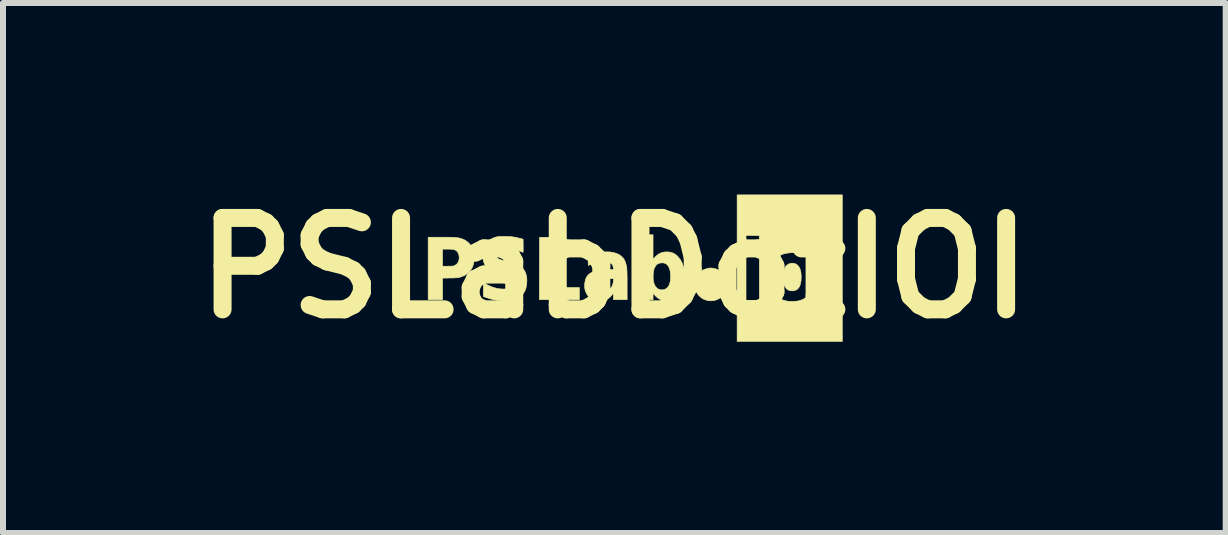
<source format=kicad_pcb>
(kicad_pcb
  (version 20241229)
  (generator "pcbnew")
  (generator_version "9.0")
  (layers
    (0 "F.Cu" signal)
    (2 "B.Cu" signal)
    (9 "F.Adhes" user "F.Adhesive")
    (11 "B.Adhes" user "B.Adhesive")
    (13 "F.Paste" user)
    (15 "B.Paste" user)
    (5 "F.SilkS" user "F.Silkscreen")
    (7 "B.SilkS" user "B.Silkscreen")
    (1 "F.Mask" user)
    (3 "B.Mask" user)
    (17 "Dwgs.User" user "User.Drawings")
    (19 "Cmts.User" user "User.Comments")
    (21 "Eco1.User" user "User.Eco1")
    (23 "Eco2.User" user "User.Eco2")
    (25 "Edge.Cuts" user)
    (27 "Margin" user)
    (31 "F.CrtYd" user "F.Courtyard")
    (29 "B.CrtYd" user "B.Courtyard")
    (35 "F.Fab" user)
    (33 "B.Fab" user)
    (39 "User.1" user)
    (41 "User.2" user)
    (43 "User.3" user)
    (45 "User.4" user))
  (footprint "PSLabDotIOI"
    (layer "F.Cu")
    (at 7.192 1.418)
    (property "Reference" "PSLabDotIOI" (at 0 0 0) (layer "F.SilkS") (effects (font (size 1.524 1.524) (thickness 0.3))))
    (attr through_hole)
    (fp_poly (pts (xy -1.006 0.325) (xy -0.584 0.325) (xy -0.584 0.528) (xy -1.25 0.528) (xy -1.247 -0.511) (xy -1.006 -0.513) (xy -1.006 0.325)) (stroke (width 0.01) (type solid)) (fill yes) (layer "F.SilkS"))
    (fp_poly (pts (xy 2.997 -0.077) (xy 3.029 -0.065) (xy 3.057 -0.044) (xy 3.061 -0.04) (xy 3.082 -0.012) (xy 3.098 0.023) (xy 3.109 0.065) (xy 3.114 0.114) (xy 3.115 0.15) (xy 3.113 0.208) (xy 3.104 0.258) (xy 3.091 0.3) (xy 3.071 0.333) (xy 3.046 0.357) (xy 3.016 0.373) (xy 2.98 0.38) (xy 2.964 0.381) (xy 2.93 0.378) (xy 2.908 0.371) (xy 2.878 0.353) (xy 2.854 0.326) (xy 2.836 0.292) (xy 2.823 0.25) (xy 2.816 0.199) (xy 2.814 0.152) (xy 2.816 0.1) (xy 2.822 0.056) (xy 2.832 0.02) (xy 2.847 -0.011) (xy 2.866 -0.037) (xy 2.87 -0.041) (xy 2.899 -0.063) (xy 2.93 -0.076) (xy 2.964 -0.081) (xy 2.997 -0.077)) (stroke (width 0.01) (type solid)) (fill yes) (layer "F.SilkS"))
    (fp_poly (pts (xy 1.658 0.005) (xy 1.707 0.02) (xy 1.753 0.043) (xy 1.794 0.074) (xy 1.829 0.113) (xy 1.84 0.129) (xy 1.862 0.173) (xy 1.876 0.22) (xy 1.882 0.269) (xy 1.878 0.319) (xy 1.866 0.367) (xy 1.845 0.411) (xy 1.84 0.419) (xy 1.807 0.461) (xy 1.769 0.495) (xy 1.726 0.521) (xy 1.679 0.538) (xy 1.63 0.547) (xy 1.579 0.546) (xy 1.54 0.538) (xy 1.492 0.521) (xy 1.449 0.495) (xy 1.411 0.462) (xy 1.381 0.423) (xy 1.357 0.379) (xy 1.342 0.331) (xy 1.336 0.281) (xy 1.336 0.274) (xy 1.341 0.225) (xy 1.355 0.176) (xy 1.377 0.131) (xy 1.407 0.091) (xy 1.444 0.057) (xy 1.474 0.036) (xy 1.501 0.024) (xy 1.534 0.013) (xy 1.567 0.005) (xy 1.598 0.000391) (xy 1.607 0.000088) (xy 1.658 0.005)) (stroke (width 0.01) (type solid)) (fill yes) (layer "F.SilkS"))
    (fp_poly (pts (xy -2.83 -0.513) (xy -2.777 -0.513) (xy -2.733 -0.512) (xy -2.695 -0.511) (xy -2.663 -0.509) (xy -2.637 -0.507) (xy -2.614 -0.504) (xy -2.593 -0.501) (xy -2.575 -0.497) (xy -2.558 -0.492) (xy -2.505 -0.472) (xy -2.458 -0.443) (xy -2.418 -0.407) (xy -2.386 -0.365) (xy -2.361 -0.316) (xy -2.349 -0.279) (xy -2.344 -0.254) (xy -2.341 -0.222) (xy -2.339 -0.186) (xy -2.339 -0.148) (xy -2.341 -0.113) (xy -2.345 -0.083) (xy -2.348 -0.066) (xy -2.363 -0.021) (xy -2.383 0.017) (xy -2.41 0.052) (xy -2.428 0.071) (xy -2.461 0.1) (xy -2.495 0.123) (xy -2.534 0.14) (xy -2.575 0.153) (xy -2.589 0.157) (xy -2.604 0.16) (xy -2.621 0.162) (xy -2.642 0.163) (xy -2.669 0.165) (xy -2.703 0.166) (xy -2.739 0.166) (xy -2.865 0.169) (xy -2.865 0.528) (xy -3.104 0.528) (xy -3.104 -0.315) (xy -2.865 -0.315) (xy -2.865 -0.03) (xy -2.775 -0.03) (xy -2.742 -0.031) (xy -2.718 -0.031) (xy -2.7 -0.032) (xy -2.687 -0.033) (xy -2.677 -0.035) (xy -2.668 -0.039) (xy -2.658 -0.044) (xy -2.657 -0.044) (xy -2.627 -0.065) (xy -2.606 -0.091) (xy -2.592 -0.124) (xy -2.591 -0.131) (xy -2.586 -0.168) (xy -2.589 -0.205) (xy -2.599 -0.239) (xy -2.614 -0.267) (xy -2.631 -0.285) (xy -2.645 -0.295) (xy -2.661 -0.303) (xy -2.68 -0.309) (xy -2.704 -0.312) (xy -2.735 -0.314) (xy -2.773 -0.315) (xy -2.782 -0.315) (xy -2.865 -0.315) (xy -3.104 -0.315) (xy -3.104 -0.513) (xy -2.892 -0.513) (xy -2.83 -0.513)) (stroke (width 0.01) (type solid)) (fill yes) (layer "F.SilkS"))
    (fp_poly (pts (xy 3.8 1.224) (xy 2.047 1.224) (xy 2.047 -0.239) (xy 2.195 -0.239) (xy 2.195 0.538) (xy 2.418 0.538) (xy 2.418 0.14) (xy 2.582 0.14) (xy 2.583 0.197) (xy 2.585 0.219) (xy 2.597 0.284) (xy 2.617 0.344) (xy 2.643 0.397) (xy 2.677 0.443) (xy 2.717 0.481) (xy 2.764 0.513) (xy 2.817 0.536) (xy 2.874 0.551) (xy 2.906 0.555) (xy 2.944 0.557) (xy 2.985 0.557) (xy 3.025 0.554) (xy 3.061 0.55) (xy 3.088 0.544) (xy 3.135 0.527) (xy 3.176 0.506) (xy 3.213 0.479) (xy 3.239 0.455) (xy 3.274 0.415) (xy 3.302 0.37) (xy 3.322 0.321) (xy 3.336 0.266) (xy 3.345 0.204) (xy 3.346 0.18) (xy 3.346 0.108) (xy 3.337 0.041) (xy 3.321 -0.021) (xy 3.297 -0.077) (xy 3.265 -0.127) (xy 3.248 -0.147) (xy 3.227 -0.167) (xy 3.201 -0.188) (xy 3.172 -0.207) (xy 3.145 -0.222) (xy 3.137 -0.226) (xy 3.088 -0.242) (xy 3.033 -0.252) (xy 2.976 -0.256) (xy 2.918 -0.253) (xy 2.863 -0.245) (xy 2.811 -0.232) (xy 2.774 -0.216) (xy 2.727 -0.187) (xy 2.686 -0.15) (xy 2.65 -0.106) (xy 2.625 -0.064) (xy 2.608 -0.021) (xy 2.595 0.029) (xy 2.586 0.083) (xy 2.582 0.14) (xy 2.418 0.14) (xy 2.418 -0.239) (xy 2.195 -0.239) (xy 2.047 -0.239) (xy 2.047 -0.34) (xy 2.195 -0.34) (xy 2.418 -0.34) (xy 2.416 -0.541) (xy 2.305 -0.542) (xy 2.195 -0.544) (xy 2.195 -0.34) (xy 2.047 -0.34) (xy 2.047 -1.219) (xy 3.8 -1.219) (xy 3.8 1.224)) (stroke (width 0.01) (type solid)) (fill yes) (layer "F.SilkS"))
    (fp_poly (pts (xy 0.645 -0.141) (xy 0.656 -0.156) (xy 0.693 -0.197) (xy 0.733 -0.229) (xy 0.777 -0.252) (xy 0.825 -0.265) (xy 0.874 -0.269) (xy 0.924 -0.265) (xy 0.969 -0.253) (xy 1.011 -0.232) (xy 1.048 -0.202) (xy 1.083 -0.162) (xy 1.101 -0.138) (xy 1.126 -0.092) (xy 1.146 -0.038) (xy 1.161 0.021) (xy 1.169 0.084) (xy 1.171 0.148) (xy 1.167 0.213) (xy 1.157 0.277) (xy 1.153 0.293) (xy 1.136 0.346) (xy 1.112 0.396) (xy 1.082 0.44) (xy 1.048 0.478) (xy 1.009 0.508) (xy 0.968 0.53) (xy 0.925 0.543) (xy 0.876 0.548) (xy 0.827 0.544) (xy 0.811 0.541) (xy 0.77 0.527) (xy 0.731 0.505) (xy 0.694 0.474) (xy 0.664 0.442) (xy 0.645 0.42) (xy 0.645 0.528) (xy 0.422 0.528) (xy 0.422 0.117) (xy 0.647 0.117) (xy 0.647 0.175) (xy 0.653 0.226) (xy 0.666 0.27) (xy 0.684 0.306) (xy 0.707 0.332) (xy 0.736 0.353) (xy 0.768 0.363) (xy 0.803 0.365) (xy 0.832 0.36) (xy 0.855 0.35) (xy 0.878 0.332) (xy 0.899 0.309) (xy 0.915 0.283) (xy 0.918 0.274) (xy 0.93 0.233) (xy 0.937 0.187) (xy 0.939 0.139) (xy 0.936 0.09) (xy 0.929 0.045) (xy 0.918 0.005) (xy 0.913 -0.006) (xy 0.894 -0.039) (xy 0.872 -0.063) (xy 0.846 -0.078) (xy 0.814 -0.086) (xy 0.798 -0.086) (xy 0.761 -0.083) (xy 0.731 -0.074) (xy 0.706 -0.057) (xy 0.686 -0.032) (xy 0.679 -0.02) (xy 0.666 0.005) (xy 0.658 0.032) (xy 0.652 0.062) (xy 0.648 0.098) (xy 0.647 0.117) (xy 0.422 0.117) (xy 0.422 -0.554) (xy 0.645 -0.554) (xy 0.645 -0.141)) (stroke (width 0.01) (type solid)) (fill yes) (layer "F.SilkS"))
    (fp_poly (pts (xy -0.114 -0.269) (xy -0.064 -0.266) (xy -0.021 -0.259) (xy -0.02 -0.259) (xy 0.032 -0.244) (xy 0.079 -0.223) (xy 0.118 -0.195) (xy 0.15 -0.162) (xy 0.164 -0.141) (xy 0.179 -0.11) (xy 0.192 -0.072) (xy 0.202 -0.031) (xy 0.208 0.003) (xy 0.209 0.018) (xy 0.21 0.043) (xy 0.211 0.076) (xy 0.212 0.116) (xy 0.213 0.162) (xy 0.213 0.213) (xy 0.213 0.267) (xy 0.213 0.288) (xy 0.213 0.528) (xy -0.015 0.528) (xy -0.016 0.474) (xy -0.018 0.42) (xy -0.04 0.449) (xy -0.069 0.481) (xy -0.103 0.508) (xy -0.14 0.528) (xy -0.157 0.534) (xy -0.191 0.542) (xy -0.229 0.546) (xy -0.268 0.547) (xy -0.303 0.543) (xy -0.314 0.541) (xy -0.358 0.526) (xy -0.398 0.502) (xy -0.432 0.471) (xy -0.46 0.434) (xy -0.481 0.39) (xy -0.488 0.366) (xy -0.494 0.329) (xy -0.495 0.294) (xy -0.268 0.294) (xy -0.261 0.322) (xy -0.248 0.346) (xy -0.228 0.365) (xy -0.208 0.374) (xy -0.181 0.379) (xy -0.152 0.38) (xy -0.126 0.376) (xy -0.1 0.365) (xy -0.074 0.347) (xy -0.053 0.325) (xy -0.051 0.323) (xy -0.036 0.298) (xy -0.025 0.267) (xy -0.017 0.234) (xy -0.015 0.208) (xy -0.015 0.178) (xy -0.091 0.178) (xy -0.137 0.179) (xy -0.174 0.182) (xy -0.203 0.189) (xy -0.226 0.198) (xy -0.243 0.211) (xy -0.256 0.228) (xy -0.26 0.236) (xy -0.268 0.265) (xy -0.268 0.294) (xy -0.495 0.294) (xy -0.495 0.287) (xy -0.492 0.244) (xy -0.484 0.203) (xy -0.472 0.168) (xy -0.467 0.158) (xy -0.445 0.125) (xy -0.414 0.096) (xy -0.376 0.072) (xy -0.331 0.053) (xy -0.307 0.046) (xy -0.279 0.04) (xy -0.242 0.035) (xy -0.2 0.031) (xy -0.155 0.028) (xy -0.108 0.026) (xy -0.075 0.025) (xy -0.015 0.025) (xy -0.015 0.004) (xy -0.019 -0.019) (xy -0.027 -0.042) (xy -0.038 -0.061) (xy -0.044 -0.067) (xy -0.054 -0.074) (xy -0.069 -0.083) (xy -0.079 -0.087) (xy -0.089 -0.092) (xy -0.099 -0.095) (xy -0.11 -0.097) (xy -0.125 -0.098) (xy -0.146 -0.099) (xy -0.174 -0.099) (xy -0.193 -0.099) (xy -0.238 -0.098) (xy -0.276 -0.096) (xy -0.309 -0.091) (xy -0.34 -0.082) (xy -0.373 -0.07) (xy -0.409 -0.054) (xy -0.433 -0.042) (xy -0.434 -0.046) (xy -0.435 -0.059) (xy -0.436 -0.079) (xy -0.436 -0.104) (xy -0.436 -0.134) (xy -0.436 -0.135) (xy -0.434 -0.231) (xy -0.391 -0.242) (xy -0.34 -0.253) (xy -0.285 -0.261) (xy -0.227 -0.266) (xy -0.169 -0.269) (xy -0.114 -0.269)) (stroke (width 0.01) (type solid)) (fill yes) (layer "F.SilkS"))
    (fp_poly (pts (xy -1.78 -0.525) (xy -1.735 -0.523) (xy -1.695 -0.519) (xy -1.655 -0.513) (xy -1.613 -0.504) (xy -1.566 -0.492) (xy -1.565 -0.492) (xy -1.521 -0.48) (xy -1.52 -0.369) (xy -1.52 -0.331) (xy -1.52 -0.303) (xy -1.52 -0.283) (xy -1.521 -0.27) (xy -1.523 -0.263) (xy -1.525 -0.261) (xy -1.525 -0.261) (xy -1.533 -0.264) (xy -1.547 -0.27) (xy -1.565 -0.278) (xy -1.573 -0.281) (xy -1.635 -0.304) (xy -1.696 -0.321) (xy -1.756 -0.331) (xy -1.812 -0.335) (xy -1.863 -0.331) (xy -1.872 -0.33) (xy -1.909 -0.32) (xy -1.937 -0.306) (xy -1.956 -0.287) (xy -1.969 -0.263) (xy -1.974 -0.239) (xy -1.975 -0.219) (xy -1.972 -0.204) (xy -1.965 -0.188) (xy -1.957 -0.175) (xy -1.947 -0.164) (xy -1.933 -0.154) (xy -1.916 -0.145) (xy -1.892 -0.136) (xy -1.861 -0.128) (xy -1.823 -0.118) (xy -1.793 -0.111) (xy -1.749 -0.101) (xy -1.713 -0.092) (xy -1.683 -0.084) (xy -1.658 -0.075) (xy -1.634 -0.065) (xy -1.612 -0.055) (xy -1.566 -0.029) (xy -1.529 0.004) (xy -1.499 0.042) (xy -1.478 0.086) (xy -1.464 0.136) (xy -1.458 0.193) (xy -1.458 0.21) (xy -1.462 0.274) (xy -1.473 0.332) (xy -1.492 0.383) (xy -1.519 0.427) (xy -1.553 0.465) (xy -1.595 0.495) (xy -1.644 0.519) (xy -1.7 0.536) (xy -1.763 0.545) (xy -1.834 0.548) (xy -1.836 0.548) (xy -1.859 0.547) (xy -1.879 0.547) (xy -1.894 0.546) (xy -1.897 0.545) (xy -1.947 0.539) (xy -1.989 0.532) (xy -2.027 0.524) (xy -2.064 0.515) (xy -2.103 0.503) (xy -2.13 0.494) (xy -2.184 0.475) (xy -2.184 0.362) (xy -2.184 0.329) (xy -2.184 0.3) (xy -2.183 0.277) (xy -2.182 0.26) (xy -2.181 0.251) (xy -2.181 0.25) (xy -2.124 0.278) (xy -2.074 0.301) (xy -2.03 0.319) (xy -1.989 0.332) (xy -1.951 0.342) (xy -1.914 0.347) (xy -1.876 0.35) (xy -1.855 0.351) (xy -1.812 0.349) (xy -1.777 0.343) (xy -1.749 0.332) (xy -1.733 0.323) (xy -1.712 0.303) (xy -1.699 0.278) (xy -1.692 0.25) (xy -1.693 0.221) (xy -1.701 0.193) (xy -1.716 0.171) (xy -1.728 0.161) (xy -1.744 0.151) (xy -1.765 0.141) (xy -1.793 0.131) (xy -1.829 0.121) (xy -1.873 0.109) (xy -1.874 0.109) (xy -1.907 0.1) (xy -1.939 0.091) (xy -1.969 0.082) (xy -1.994 0.074) (xy -2.006 0.07) (xy -2.058 0.045) (xy -2.101 0.015) (xy -2.136 -0.02) (xy -2.162 -0.06) (xy -2.181 -0.107) (xy -2.191 -0.159) (xy -2.194 -0.218) (xy -2.193 -0.236) (xy -2.186 -0.295) (xy -2.17 -0.348) (xy -2.147 -0.394) (xy -2.117 -0.434) (xy -2.078 -0.467) (xy -2.04 -0.49) (xy -2.016 -0.501) (xy -1.994 -0.51) (xy -1.973 -0.516) (xy -1.95 -0.521) (xy -1.924 -0.524) (xy -1.892 -0.525) (xy -1.853 -0.526) (xy -1.831 -0.526) (xy -1.78 -0.525)) (stroke (width 0.01) (type solid)) (fill yes) (layer "F.SilkS")))
  (gr_rect
    (start -3 -3)
    (end 17.384 5.836)
    (stroke (width 0.1) (type default))
    (fill no)
    (layer "Edge.Cuts")))
</source>
